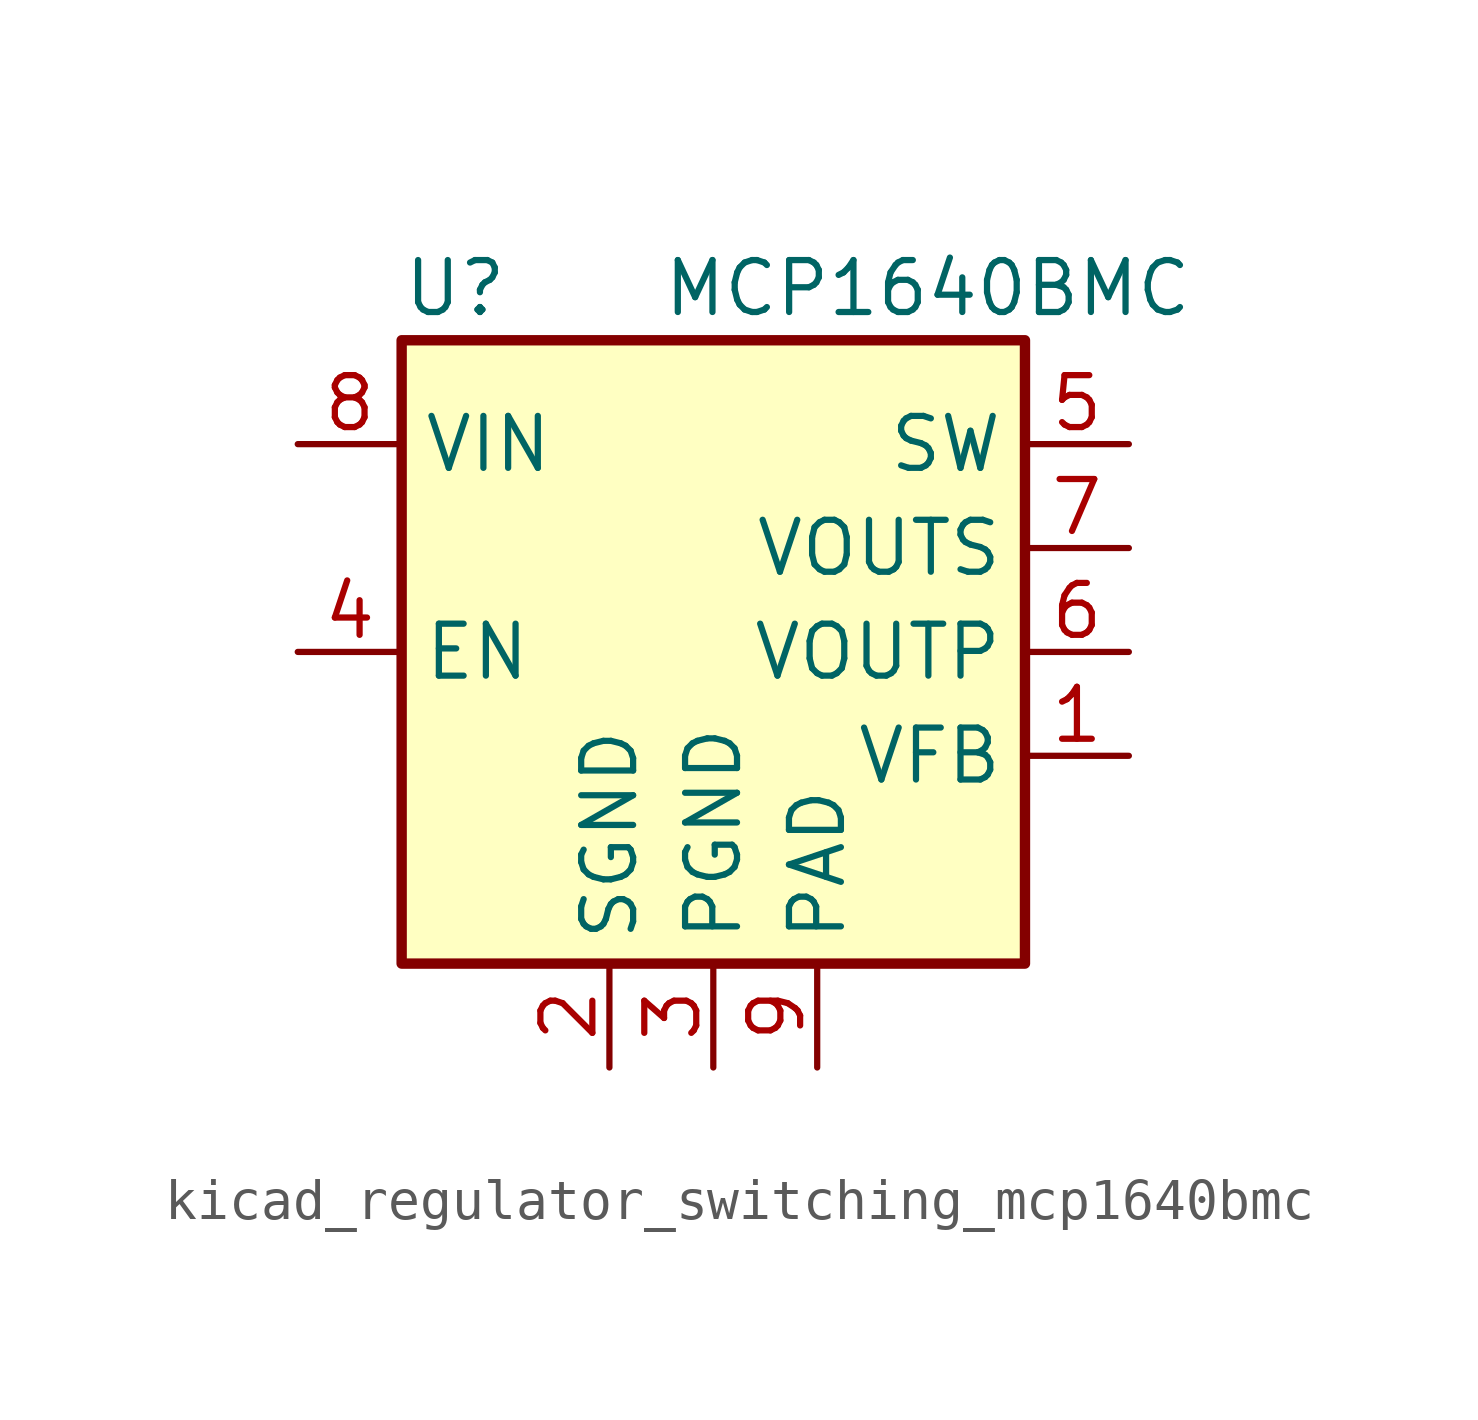
<source format=kicad_sym>
(kicad_symbol_lib
  (version 20220914)
  (generator kicad_symbol_editor)
  (symbol "kicad_regulator_switching_mcp1640bmc"
    (property "Reference" "U"
      (at -7.62 6.35 0)
      (effects (font (size 1.27 1.27)) (justify left)))
    (property "Value" "MCP1640BMC"
      (at -1.27 6.35 0)
      (effects (font (size 1.27 1.27)) (justify left)))
    (symbol "kicad_regulator_switching_mcp1640bmc_0_1"
      (rectangle (start -7.62 5.08) (end 7.62 -10.16) (stroke (width 0.254) (type default)) (fill (type background))))
    (symbol "kicad_regulator_switching_mcp1640bmc_1_1"
      (pin input line (at 10.16 -5.08 180) (length 2.54) (name "VFB" (effects (font (size 1.27 1.27)))) (number "1" (effects (font (size 1.27 1.27)))))
      (pin power_in line (at -2.54 -12.7 90) (length 2.54) (name "SGND" (effects (font (size 1.27 1.27)))) (number "2" (effects (font (size 1.27 1.27)))))
      (pin power_in line (at 0 -12.7 90) (length 2.54) (name "PGND" (effects (font (size 1.27 1.27)))) (number "3" (effects (font (size 1.27 1.27)))))
      (pin input line (at -10.16 -2.54 0) (length 2.54) (name "EN" (effects (font (size 1.27 1.27)))) (number "4" (effects (font (size 1.27 1.27)))))
      (pin input line (at 10.16 2.54 180) (length 2.54) (name "SW" (effects (font (size 1.27 1.27)))) (number "5" (effects (font (size 1.27 1.27)))))
      (pin power_out line (at 10.16 -2.54 180) (length 2.54) (name "VOUTP" (effects (font (size 1.27 1.27)))) (number "6" (effects (font (size 1.27 1.27)))))
      (pin input line (at 10.16 0 180) (length 2.54) (name "VOUTS" (effects (font (size 1.27 1.27)))) (number "7" (effects (font (size 1.27 1.27)))))
      (pin power_in line (at -10.16 2.54 0) (length 2.54) (name "VIN" (effects (font (size 1.27 1.27)))) (number "8" (effects (font (size 1.27 1.27)))))
      (pin passive line (at 2.54 -12.7 90) (length 2.54) (name "PAD" (effects (font (size 1.27 1.27)))) (number "9" (effects (font (size 1.27 1.27))))))))
</source>
